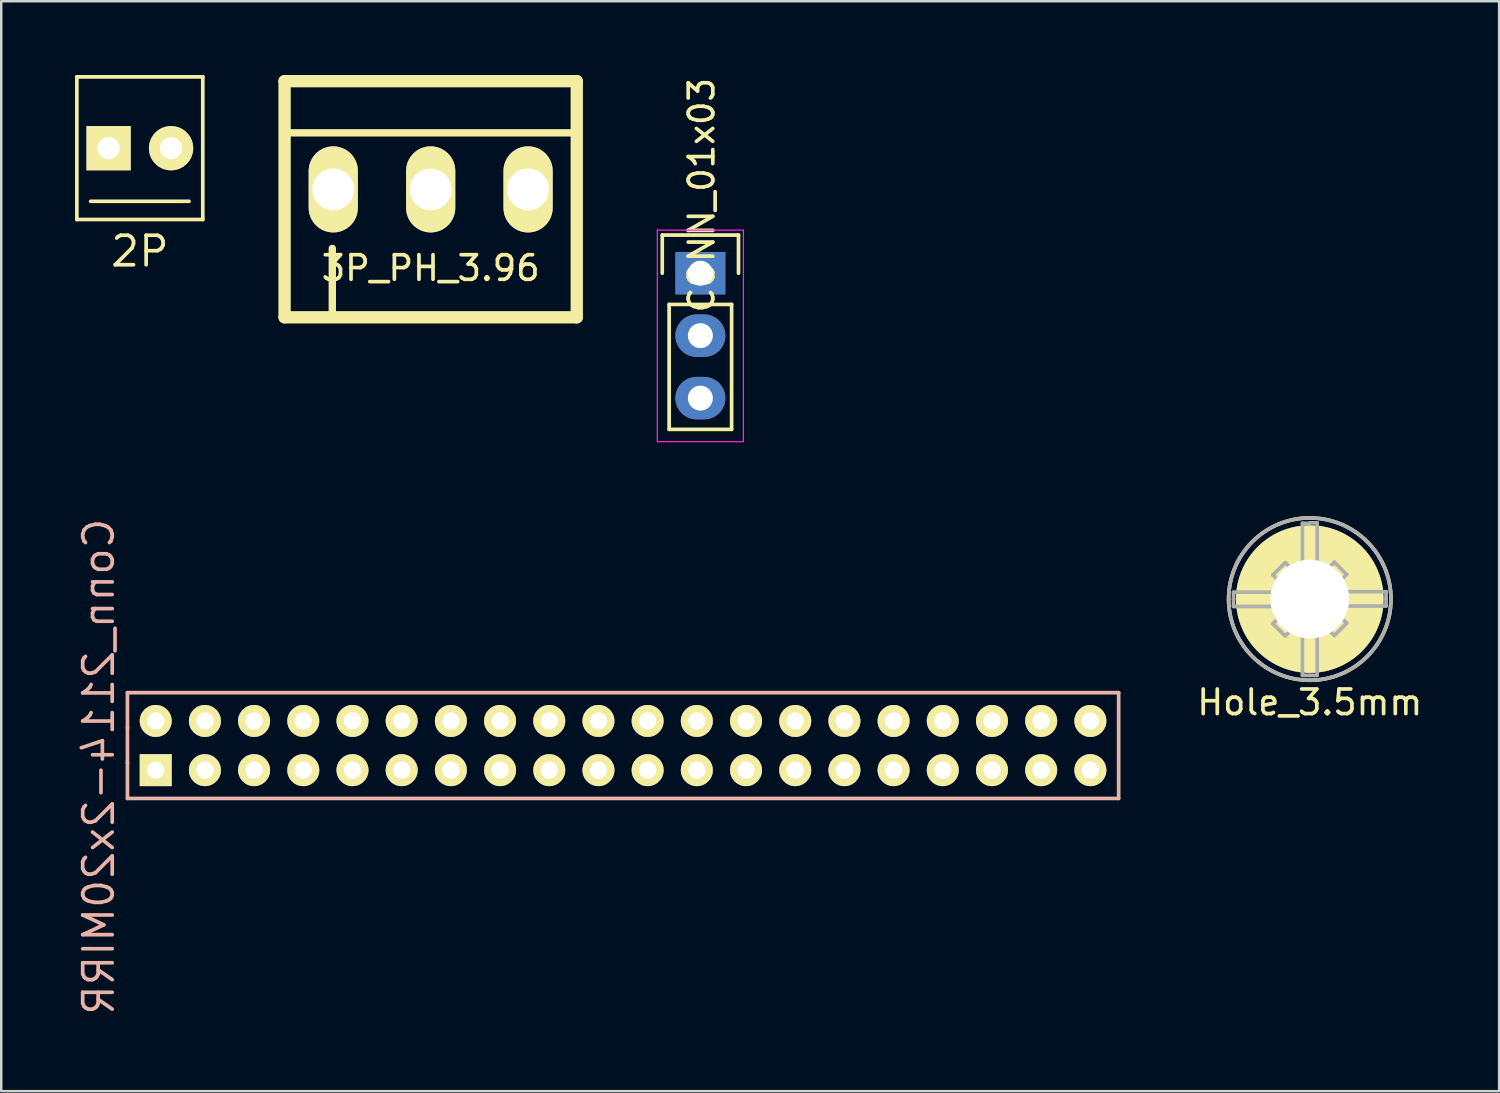
<source format=kicad_pcb>
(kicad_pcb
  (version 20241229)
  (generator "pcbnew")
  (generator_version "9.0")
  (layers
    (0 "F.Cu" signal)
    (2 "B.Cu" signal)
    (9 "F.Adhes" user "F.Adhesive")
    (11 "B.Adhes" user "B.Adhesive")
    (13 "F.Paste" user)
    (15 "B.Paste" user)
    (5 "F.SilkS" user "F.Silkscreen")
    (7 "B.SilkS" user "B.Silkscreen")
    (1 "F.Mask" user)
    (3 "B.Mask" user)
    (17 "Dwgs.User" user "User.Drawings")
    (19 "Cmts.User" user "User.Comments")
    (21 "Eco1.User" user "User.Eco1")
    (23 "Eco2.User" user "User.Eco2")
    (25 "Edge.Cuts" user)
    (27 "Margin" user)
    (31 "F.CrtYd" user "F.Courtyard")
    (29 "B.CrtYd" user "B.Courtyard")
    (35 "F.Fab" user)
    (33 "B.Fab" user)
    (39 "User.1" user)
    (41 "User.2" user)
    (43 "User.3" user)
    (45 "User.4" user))
  (footprint "Hole_3.5mm"
    (layer "F.Cu")
    (at 50.202 21.307)
    (property "Reference" "Hole_3.5mm" (at 0 4.2 0) (layer "F.SilkS") (effects (font (size 1 1) (thickness 0.15))))
    (attr through_hole)
    (fp_circle (center 0 0) (end 3.3 0) (stroke (width 0.15) (type solid)) (fill no) (layer "F.SilkS"))
    (fp_line (start -3.1 -0.281) (end -3.1 0.019) (stroke (width 0.15) (type solid)) (layer "F.Fab"))
    (fp_line (start -3.1 0.3) (end -3.1 0) (stroke (width 0.15) (type solid)) (layer "F.Fab"))
    (fp_line (start -1.5 -0.981) (end -0.8 -0.281) (stroke (width 0.15) (type solid)) (layer "F.Fab"))
    (fp_line (start -1.5 1) (end -0.8 0.3) (stroke (width 0.15) (type solid)) (layer "F.Fab"))
    (fp_line (start -1 -1.481) (end -1.5 -0.981) (stroke (width 0.15) (type solid)) (layer "F.Fab"))
    (fp_line (start -1 1.5) (end -1.5 1) (stroke (width 0.15) (type solid)) (layer "F.Fab"))
    (fp_line (start -0.8 -0.281) (end -3.1 -0.281) (stroke (width 0.15) (type solid)) (layer "F.Fab"))
    (fp_line (start -0.8 0.3) (end -3.1 0.3) (stroke (width 0.15) (type solid)) (layer "F.Fab"))
    (fp_line (start -0.3 -3.081) (end -0.3 -0.781) (stroke (width 0.15) (type solid)) (layer "F.Fab"))
    (fp_line (start -0.3 -0.781) (end -1 -1.481) (stroke (width 0.15) (type solid)) (layer "F.Fab"))
    (fp_line (start -0.3 0.8) (end -1 1.5) (stroke (width 0.15) (type solid)) (layer "F.Fab"))
    (fp_line (start -0.3 3.1) (end -0.3 0.8) (stroke (width 0.15) (type solid)) (layer "F.Fab"))
    (fp_line (start 0 -3.1) (end 0.3 -3.1) (stroke (width 0.15) (type solid)) (layer "F.Fab"))
    (fp_line (start 0 -3.081) (end -0.3 -3.081) (stroke (width 0.15) (type solid)) (layer "F.Fab"))
    (fp_line (start 0 3.1) (end -0.3 3.1) (stroke (width 0.15) (type solid)) (layer "F.Fab"))
    (fp_line (start 0 3.1) (end 0.3 3.1) (stroke (width 0.15) (type solid)) (layer "F.Fab"))
    (fp_line (start 0.3 -3.1) (end 0.3 -0.8) (stroke (width 0.15) (type solid)) (layer "F.Fab"))
    (fp_line (start 0.3 -0.8) (end 1 -1.5) (stroke (width 0.15) (type solid)) (layer "F.Fab"))
    (fp_line (start 0.3 0.781) (end 1 1.481) (stroke (width 0.15) (type solid)) (layer "F.Fab"))
    (fp_line (start 0.3 3.1) (end 0.3 0.781) (stroke (width 0.15) (type solid)) (layer "F.Fab"))
    (fp_line (start 0.8 -0.3) (end 3.1 -0.3) (stroke (width 0.15) (type solid)) (layer "F.Fab"))
    (fp_line (start 0.8 0.281) (end 3.1 0.281) (stroke (width 0.15) (type solid)) (layer "F.Fab"))
    (fp_line (start 1 -1.5) (end 1.5 -1) (stroke (width 0.15) (type solid)) (layer "F.Fab"))
    (fp_line (start 1 1.481) (end 1.5 0.981) (stroke (width 0.15) (type solid)) (layer "F.Fab"))
    (fp_line (start 1.5 -1) (end 0.8 -0.3) (stroke (width 0.15) (type solid)) (layer "F.Fab"))
    (fp_line (start 1.5 0.981) (end 0.8 0.281) (stroke (width 0.15) (type solid)) (layer "F.Fab"))
    (fp_line (start 3.1 -0.3) (end 3.1 0) (stroke (width 0.15) (type solid)) (layer "F.Fab"))
    (fp_line (start 3.1 0.281) (end 3.1 -0.019) (stroke (width 0.15) (type solid)) (layer "F.Fab"))
    (fp_circle (center 0 0) (end 3.3 0) (stroke (width 0.15) (type solid)) (fill no) (layer "F.Fab"))
    (pad "1" thru_hole circle (at 0 0) (size 6 6) (drill 3.2) (layers "*.Cu" "*.Mask" "F.SilkS")))
  (footprint "3P_PH_3.96"
    (layer "F.Cu")
    (at 14.46 4.65)
    (property "Reference" "3P_PH_3.96" (at 0 3.2 0) (layer "F.SilkS") (effects (font (size 1 1) (thickness 0.15))))
    (attr through_hole)
    (fp_line (start -5.94 -4.4) (end -5.94 5.2) (stroke (width 0.5) (type solid)) (layer "F.SilkS"))
    (fp_line (start -5.94 -4.4) (end 5.94 -4.4) (stroke (width 0.5) (type solid)) (layer "F.SilkS"))
    (fp_line (start -5.94 -2.3) (end 5.94 -2.3) (stroke (width 0.3) (type solid)) (layer "F.SilkS"))
    (fp_line (start -5.94 5.2) (end 5.94 5.2) (stroke (width 0.5) (type solid)) (layer "F.SilkS"))
    (fp_line (start -4 2.4) (end -4 5.2) (stroke (width 0.3) (type solid)) (layer "F.SilkS"))
    (fp_line (start 5.94 -4.4) (end 5.94 5.2) (stroke (width 0.5) (type solid)) (layer "F.SilkS"))
    (pad "1" thru_hole oval (at -3.96 0) (size 2 3.5) (drill 1.7) (layers "*.Cu" "*.Mask" "F.SilkS"))
    (pad "2" thru_hole oval (at 0 0) (size 2 3.5) (drill 1.7) (layers "*.Cu" "*.Mask" "F.SilkS"))
    (pad "3" thru_hole oval (at 3.96 0) (size 2 3.5) (drill 1.7) (layers "*.Cu" "*.Mask" "F.SilkS")))
  (footprint "2P"
    (layer "F.Cu")
    (at 2.635 2.975)
    (property "Reference" "2P" (at 0 4.191 0) (layer "F.SilkS") (effects (font (size 1.2 1.2) (thickness 0.15))))
    (attr through_hole)
    (fp_line (start -2.56 -2.9) (end 2.56 -2.9) (stroke (width 0.15) (type solid)) (layer "F.SilkS"))
    (fp_line (start -2.56 2.9) (end -2.56 -2.9) (stroke (width 0.15) (type solid)) (layer "F.SilkS"))
    (fp_line (start -2 2.159) (end 2 2.159) (stroke (width 0.15) (type solid)) (layer "F.SilkS"))
    (fp_line (start 2.56 -2.9) (end 2.56 2.9) (stroke (width 0.15) (type solid)) (layer "F.SilkS"))
    (fp_line (start 2.56 2.9) (end -2.56 2.9) (stroke (width 0.15) (type solid)) (layer "F.SilkS"))
    (pad "1" thru_hole rect (at -1.27 0) (size 1.8 1.8) (drill 0.9) (layers "*.Cu" "*.Mask" "F.SilkS"))
    (pad "2" thru_hole circle (at 1.27 0) (size 1.8 1.8) (drill 0.9) (layers "*.Cu" "*.Mask" "F.SilkS")))
  (footprint "Conn_2114-2x20MIRR"
    (layer "F.Cu")
    (at 22.281 27.262)
    (property "Reference" "Conn_2114-2x20MIRR" (at -21.316 0.86 90) (layer "B.SilkS") (effects (font (size 1.2 1.2) (thickness 0.15)) (justify mirror)))
    (attr through_hole)
    (fp_line (start -20.15 -2.15) (end -20.15 -0.717) (stroke (width 0.15) (type solid)) (layer "B.SilkS"))
    (fp_line (start -20.15 -0.717) (end -20.15 0.717) (stroke (width 0.15) (type solid)) (layer "B.SilkS"))
    (fp_line (start -20.15 0.717) (end -20.15 2.15) (stroke (width 0.15) (type solid)) (layer "B.SilkS"))
    (fp_line (start -20.15 2.15) (end 20.15 2.15) (stroke (width 0.15) (type solid)) (layer "B.SilkS"))
    (fp_line (start 20.15 -2.15) (end -20.15 -2.15) (stroke (width 0.15) (type solid)) (layer "B.SilkS"))
    (fp_line (start 20.15 2.15) (end 20.15 -2.15) (stroke (width 0.15) (type solid)) (layer "B.SilkS"))
    (pad "1" thru_hole rect (at -19 1) (size 1.3 1.3) (drill 0.7) (layers "*.Cu" "*.Mask" "F.SilkS"))
    (pad "2" thru_hole circle (at -19 -1) (size 1.3 1.3) (drill 0.7) (layers "*.Cu" "*.Mask" "F.SilkS"))
    (pad "3" thru_hole circle (at -17 1) (size 1.3 1.3) (drill 0.7) (layers "*.Cu" "*.Mask" "F.SilkS"))
    (pad "4" thru_hole circle (at -17 -1) (size 1.3 1.3) (drill 0.7) (layers "*.Cu" "*.Mask" "F.SilkS"))
    (pad "5" thru_hole circle (at -15 1) (size 1.3 1.3) (drill 0.7) (layers "*.Cu" "*.Mask" "F.SilkS"))
    (pad "6" thru_hole circle (at -15 -1) (size 1.3 1.3) (drill 0.7) (layers "*.Cu" "*.Mask" "F.SilkS"))
    (pad "7" thru_hole circle (at -13 1) (size 1.3 1.3) (drill 0.7) (layers "*.Cu" "*.Mask" "F.SilkS"))
    (pad "8" thru_hole circle (at -13 -1) (size 1.3 1.3) (drill 0.7) (layers "*.Cu" "*.Mask" "F.SilkS"))
    (pad "9" thru_hole circle (at -11 1) (size 1.3 1.3) (drill 0.7) (layers "*.Cu" "*.Mask" "F.SilkS"))
    (pad "10" thru_hole circle (at -11 -1) (size 1.3 1.3) (drill 0.7) (layers "*.Cu" "*.Mask" "F.SilkS"))
    (pad "11" thru_hole circle (at -9 1) (size 1.3 1.3) (drill 0.7) (layers "*.Cu" "*.Mask" "F.SilkS"))
    (pad "12" thru_hole circle (at -9 -1) (size 1.3 1.3) (drill 0.7) (layers "*.Cu" "*.Mask" "F.SilkS"))
    (pad "13" thru_hole circle (at -7 1) (size 1.3 1.3) (drill 0.7) (layers "*.Cu" "*.Mask" "F.SilkS"))
    (pad "14" thru_hole circle (at -7 -1) (size 1.3 1.3) (drill 0.7) (layers "*.Cu" "*.Mask" "F.SilkS"))
    (pad "15" thru_hole circle (at -5 1) (size 1.3 1.3) (drill 0.7) (layers "*.Cu" "*.Mask" "F.SilkS"))
    (pad "16" thru_hole circle (at -5 -1) (size 1.3 1.3) (drill 0.7) (layers "*.Cu" "*.Mask" "F.SilkS"))
    (pad "17" thru_hole circle (at -3 1) (size 1.3 1.3) (drill 0.7) (layers "*.Cu" "*.Mask" "F.SilkS"))
    (pad "18" thru_hole circle (at -3 -1) (size 1.3 1.3) (drill 0.7) (layers "*.Cu" "*.Mask" "F.SilkS"))
    (pad "19" thru_hole circle (at -1 1) (size 1.3 1.3) (drill 0.7) (layers "*.Cu" "*.Mask" "F.SilkS"))
    (pad "20" thru_hole circle (at -1 -1) (size 1.3 1.3) (drill 0.7) (layers "*.Cu" "*.Mask" "F.SilkS"))
    (pad "21" thru_hole circle (at 1 1) (size 1.3 1.3) (drill 0.7) (layers "*.Cu" "*.Mask" "F.SilkS"))
    (pad "22" thru_hole circle (at 1 -1) (size 1.3 1.3) (drill 0.7) (layers "*.Cu" "*.Mask" "F.SilkS"))
    (pad "23" thru_hole circle (at 3 1) (size 1.3 1.3) (drill 0.7) (layers "*.Cu" "*.Mask" "F.SilkS"))
    (pad "24" thru_hole circle (at 3 -1) (size 1.3 1.3) (drill 0.7) (layers "*.Cu" "*.Mask" "F.SilkS"))
    (pad "25" thru_hole circle (at 5 1) (size 1.3 1.3) (drill 0.7) (layers "*.Cu" "*.Mask" "F.SilkS"))
    (pad "26" thru_hole circle (at 5 -1) (size 1.3 1.3) (drill 0.7) (layers "*.Cu" "*.Mask" "F.SilkS"))
    (pad "27" thru_hole circle (at 7 1) (size 1.3 1.3) (drill 0.7) (layers "*.Cu" "*.Mask" "F.SilkS"))
    (pad "28" thru_hole circle (at 7 -1) (size 1.3 1.3) (drill 0.7) (layers "*.Cu" "*.Mask" "F.SilkS"))
    (pad "29" thru_hole circle (at 9 1) (size 1.3 1.3) (drill 0.7) (layers "*.Cu" "*.Mask" "F.SilkS"))
    (pad "30" thru_hole circle (at 9 -1) (size 1.3 1.3) (drill 0.7) (layers "*.Cu" "*.Mask" "F.SilkS"))
    (pad "31" thru_hole circle (at 11 1) (size 1.3 1.3) (drill 0.7) (layers "*.Cu" "*.Mask" "F.SilkS"))
    (pad "32" thru_hole circle (at 11 -1) (size 1.3 1.3) (drill 0.7) (layers "*.Cu" "*.Mask" "F.SilkS"))
    (pad "33" thru_hole circle (at 13 1) (size 1.3 1.3) (drill 0.7) (layers "*.Cu" "*.Mask" "F.SilkS"))
    (pad "34" thru_hole circle (at 13 -1) (size 1.3 1.3) (drill 0.7) (layers "*.Cu" "*.Mask" "F.SilkS"))
    (pad "35" thru_hole circle (at 15 1) (size 1.3 1.3) (drill 0.7) (layers "*.Cu" "*.Mask" "F.SilkS"))
    (pad "36" thru_hole circle (at 15 -1) (size 1.3 1.3) (drill 0.7) (layers "*.Cu" "*.Mask" "F.SilkS"))
    (pad "37" thru_hole circle (at 17 1) (size 1.3 1.3) (drill 0.7) (layers "*.Cu" "*.Mask" "F.SilkS"))
    (pad "38" thru_hole circle (at 17 -1) (size 1.3 1.3) (drill 0.7) (layers "*.Cu" "*.Mask" "F.SilkS"))
    (pad "39" thru_hole circle (at 19 1) (size 1.3 1.3) (drill 0.7) (layers "*.Cu" "*.Mask" "F.SilkS"))
    (pad "40" thru_hole circle (at 19 -1) (size 1.3 1.3) (drill 0.7) (layers "*.Cu" "*.Mask" "F.SilkS")))
  (footprint "CONN_01x03"
    (layer "F.Cu")
    (at 25.425 8.057)
    (property "Reference" "CONN_01x03" (at 0.05 -3.17 90) (layer "F.SilkS") (effects (font (size 1 1) (thickness 0.15))))
    (attr through_hole)
    (fp_line (start -1.55 -1.55) (end 1.55 -1.55) (stroke (width 0.15) (type solid)) (layer "F.SilkS"))
    (fp_line (start -1.55 0) (end -1.55 -1.55) (stroke (width 0.15) (type solid)) (layer "F.SilkS"))
    (fp_line (start -1.27 1.27) (end -1.27 6.35) (stroke (width 0.15) (type solid)) (layer "F.SilkS"))
    (fp_line (start -1.27 6.35) (end 1.27 6.35) (stroke (width 0.15) (type solid)) (layer "F.SilkS"))
    (fp_line (start 1.27 1.27) (end -1.27 1.27) (stroke (width 0.15) (type solid)) (layer "F.SilkS"))
    (fp_line (start 1.27 6.35) (end 1.27 1.27) (stroke (width 0.15) (type solid)) (layer "F.SilkS"))
    (fp_line (start 1.55 -1.55) (end 1.55 0) (stroke (width 0.15) (type solid)) (layer "F.SilkS"))
    (fp_line (start -1.75 -1.75) (end -1.75 6.85) (stroke (width 0.05) (type solid)) (layer "F.CrtYd"))
    (fp_line (start -1.75 -1.75) (end 1.75 -1.75) (stroke (width 0.05) (type solid)) (layer "F.CrtYd"))
    (fp_line (start -1.75 6.85) (end 1.75 6.85) (stroke (width 0.05) (type solid)) (layer "F.CrtYd"))
    (fp_line (start 1.75 -1.75) (end 1.75 6.85) (stroke (width 0.05) (type solid)) (layer "F.CrtYd"))
    (pad "1" thru_hole rect (at 0 0) (size 2.032 1.727) (drill 1.016) (layers "*.Cu" "*.Mask"))
    (pad "2" thru_hole oval (at 0 2.54) (size 2.032 1.727) (drill 1.016) (layers "*.Cu" "*.Mask"))
    (pad "3" thru_hole oval (at 0 5.08) (size 2.032 1.727) (drill 1.016) (layers "*.Cu" "*.Mask")))
  (gr_rect
    (start -3 -3)
    (end 57.899 41.313)
    (stroke (width 0.1) (type default))
    (fill no)
    (layer "Edge.Cuts")))
</source>
